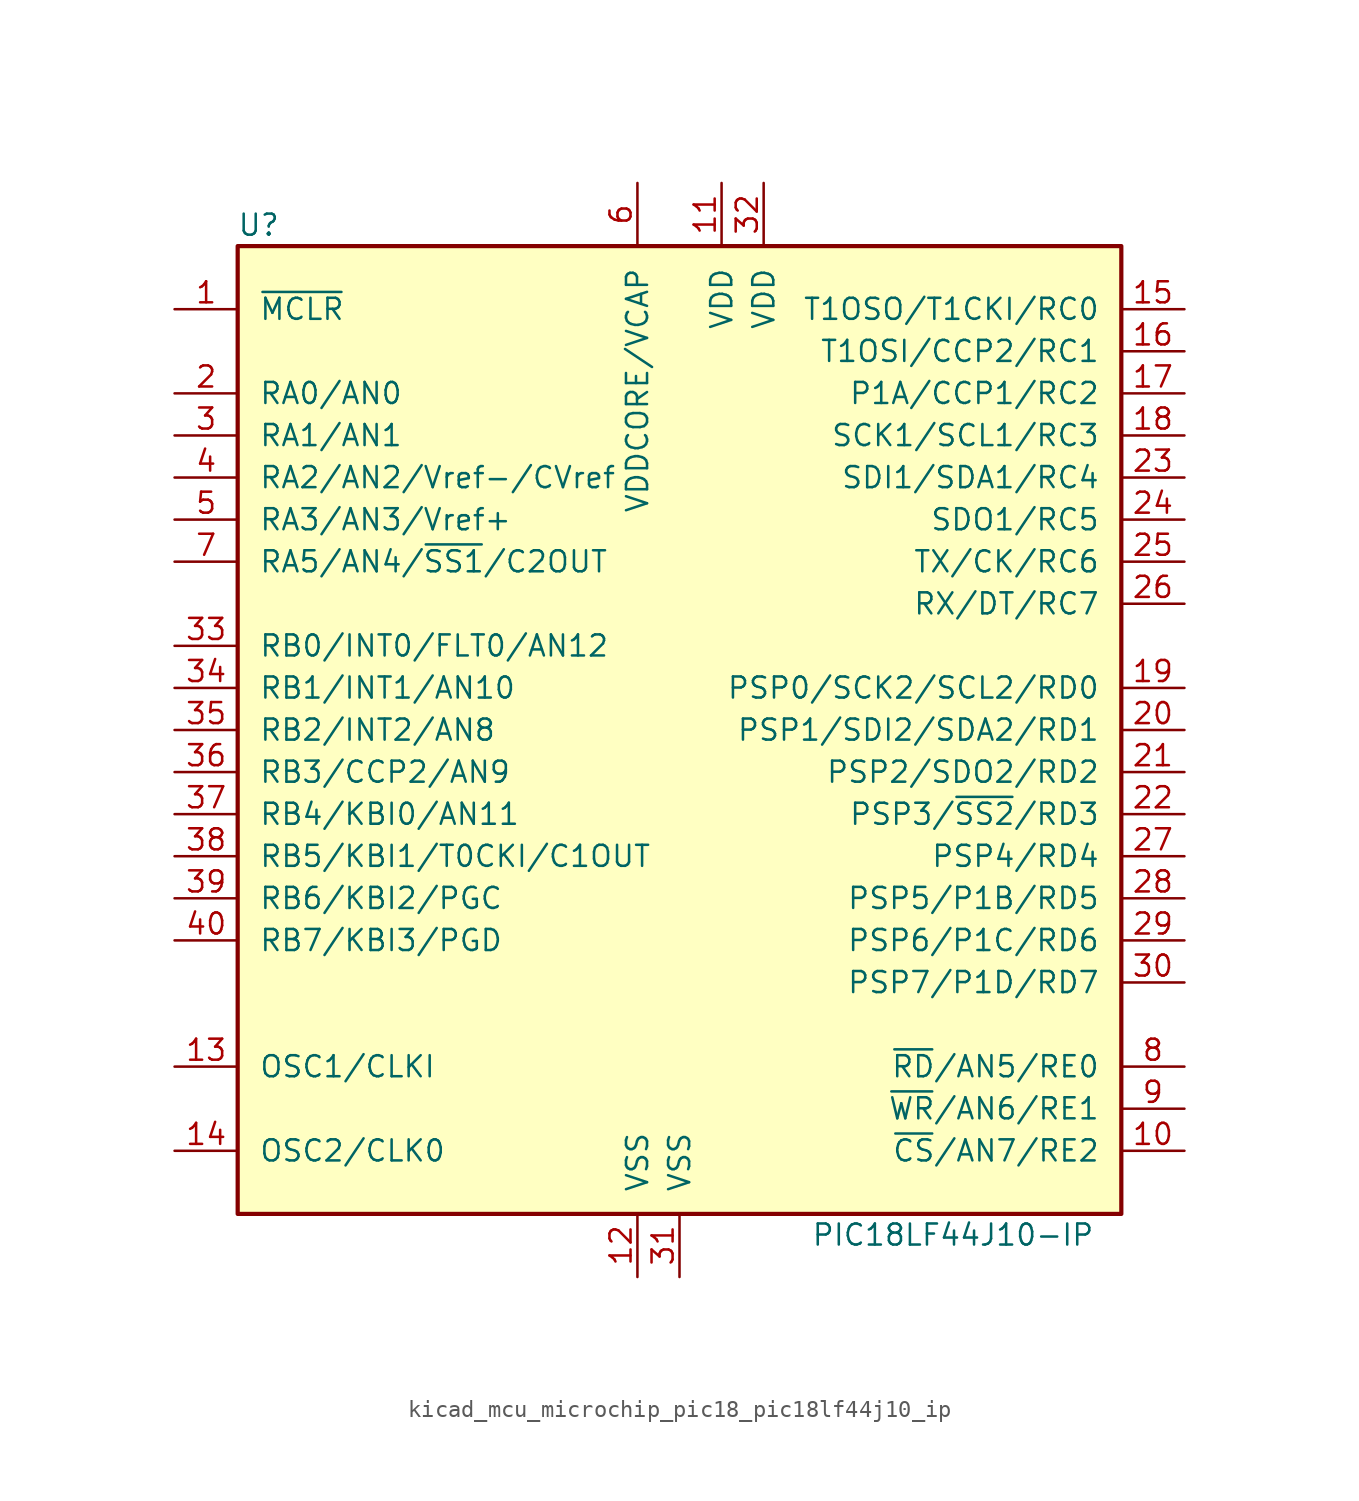
<source format=kicad_sym>
(kicad_symbol_lib
  (version 20220914)
  (generator kicad_symbol_editor)
  (symbol "kicad_mcu_microchip_pic18_pic18lf44j10_ip"
    (pin_names
      (offset 1.27))
    (property "Reference" "U"
      (at -25.4 30.48 0)
      (effects (font (size 1.27 1.27))))
    (property "Value" "PIC18LF44J10-IP"
      (at 16.51 -30.48 0)
      (effects (font (size 1.27 1.27))))
    (symbol "kicad_mcu_microchip_pic18_pic18lf44j10_ip_0_0"
      (rectangle (start -26.67 -29.21) (end 26.67 29.21) (stroke (width 0.254) (type default)) (fill (type background))))
    (symbol "kicad_mcu_microchip_pic18_pic18lf44j10_ip_1_1"
      (pin input line (at -30.48 25.4 0) (length 3.81) (name "~{MCLR}" (effects (font (size 1.27 1.27)))) (number "1" (effects (font (size 1.27 1.27)))))
      (pin tri_state line (at 30.48 -25.4 180) (length 3.81) (name "~{CS}/AN7/RE2" (effects (font (size 1.27 1.27)))) (number "10" (effects (font (size 1.27 1.27)))))
      (pin power_in line (at 2.54 33.02 270) (length 3.81) (name "VDD" (effects (font (size 1.27 1.27)))) (number "11" (effects (font (size 1.27 1.27)))))
      (pin power_in line (at -2.54 -33.02 90) (length 3.81) (name "VSS" (effects (font (size 1.27 1.27)))) (number "12" (effects (font (size 1.27 1.27)))))
      (pin input line (at -30.48 -20.32 0) (length 3.81) (name "OSC1/CLKI" (effects (font (size 1.27 1.27)))) (number "13" (effects (font (size 1.27 1.27)))))
      (pin output line (at -30.48 -25.4 0) (length 3.81) (name "OSC2/CLK0" (effects (font (size 1.27 1.27)))) (number "14" (effects (font (size 1.27 1.27)))))
      (pin tri_state line (at 30.48 25.4 180) (length 3.81) (name "T1OSO/T1CKI/RC0" (effects (font (size 1.27 1.27)))) (number "15" (effects (font (size 1.27 1.27)))))
      (pin tri_state line (at 30.48 22.86 180) (length 3.81) (name "T1OSI/CCP2/RC1" (effects (font (size 1.27 1.27)))) (number "16" (effects (font (size 1.27 1.27)))))
      (pin tri_state line (at 30.48 20.32 180) (length 3.81) (name "P1A/CCP1/RC2" (effects (font (size 1.27 1.27)))) (number "17" (effects (font (size 1.27 1.27)))))
      (pin tri_state line (at 30.48 17.78 180) (length 3.81) (name "SCK1/SCL1/RC3" (effects (font (size 1.27 1.27)))) (number "18" (effects (font (size 1.27 1.27)))))
      (pin tri_state line (at 30.48 2.54 180) (length 3.81) (name "PSP0/SCK2/SCL2/RD0" (effects (font (size 1.27 1.27)))) (number "19" (effects (font (size 1.27 1.27)))))
      (pin tri_state line (at -30.48 20.32 0) (length 3.81) (name "RA0/AN0" (effects (font (size 1.27 1.27)))) (number "2" (effects (font (size 1.27 1.27)))))
      (pin tri_state line (at 30.48 0 180) (length 3.81) (name "PSP1/SDI2/SDA2/RD1" (effects (font (size 1.27 1.27)))) (number "20" (effects (font (size 1.27 1.27)))))
      (pin tri_state line (at 30.48 -2.54 180) (length 3.81) (name "PSP2/SDO2/RD2" (effects (font (size 1.27 1.27)))) (number "21" (effects (font (size 1.27 1.27)))))
      (pin tri_state line (at 30.48 -5.08 180) (length 3.81) (name "PSP3/~{SS2}/RD3" (effects (font (size 1.27 1.27)))) (number "22" (effects (font (size 1.27 1.27)))))
      (pin tri_state line (at 30.48 15.24 180) (length 3.81) (name "SDI1/SDA1/RC4" (effects (font (size 1.27 1.27)))) (number "23" (effects (font (size 1.27 1.27)))))
      (pin tri_state line (at 30.48 12.7 180) (length 3.81) (name "SDO1/RC5" (effects (font (size 1.27 1.27)))) (number "24" (effects (font (size 1.27 1.27)))))
      (pin tri_state line (at 30.48 10.16 180) (length 3.81) (name "TX/CK/RC6" (effects (font (size 1.27 1.27)))) (number "25" (effects (font (size 1.27 1.27)))))
      (pin tri_state line (at 30.48 7.62 180) (length 3.81) (name "RX/DT/RC7" (effects (font (size 1.27 1.27)))) (number "26" (effects (font (size 1.27 1.27)))))
      (pin tri_state line (at 30.48 -7.62 180) (length 3.81) (name "PSP4/RD4" (effects (font (size 1.27 1.27)))) (number "27" (effects (font (size 1.27 1.27)))))
      (pin tri_state line (at 30.48 -10.16 180) (length 3.81) (name "PSP5/P1B/RD5" (effects (font (size 1.27 1.27)))) (number "28" (effects (font (size 1.27 1.27)))))
      (pin tri_state line (at 30.48 -12.7 180) (length 3.81) (name "PSP6/P1C/RD6" (effects (font (size 1.27 1.27)))) (number "29" (effects (font (size 1.27 1.27)))))
      (pin tri_state line (at -30.48 17.78 0) (length 3.81) (name "RA1/AN1" (effects (font (size 1.27 1.27)))) (number "3" (effects (font (size 1.27 1.27)))))
      (pin tri_state line (at 30.48 -15.24 180) (length 3.81) (name "PSP7/P1D/RD7" (effects (font (size 1.27 1.27)))) (number "30" (effects (font (size 1.27 1.27)))))
      (pin power_in line (at 0 -33.02 90) (length 3.81) (name "VSS" (effects (font (size 1.27 1.27)))) (number "31" (effects (font (size 1.27 1.27)))))
      (pin power_in line (at 5.08 33.02 270) (length 3.81) (name "VDD" (effects (font (size 1.27 1.27)))) (number "32" (effects (font (size 1.27 1.27)))))
      (pin tri_state line (at -30.48 5.08 0) (length 3.81) (name "RB0/INT0/FLT0/AN12" (effects (font (size 1.27 1.27)))) (number "33" (effects (font (size 1.27 1.27)))))
      (pin tri_state line (at -30.48 2.54 0) (length 3.81) (name "RB1/INT1/AN10" (effects (font (size 1.27 1.27)))) (number "34" (effects (font (size 1.27 1.27)))))
      (pin tri_state line (at -30.48 0 0) (length 3.81) (name "RB2/INT2/AN8" (effects (font (size 1.27 1.27)))) (number "35" (effects (font (size 1.27 1.27)))))
      (pin tri_state line (at -30.48 -2.54 0) (length 3.81) (name "RB3/CCP2/AN9" (effects (font (size 1.27 1.27)))) (number "36" (effects (font (size 1.27 1.27)))))
      (pin tri_state line (at -30.48 -5.08 0) (length 3.81) (name "RB4/KBI0/AN11" (effects (font (size 1.27 1.27)))) (number "37" (effects (font (size 1.27 1.27)))))
      (pin tri_state line (at -30.48 -7.62 0) (length 3.81) (name "RB5/KBI1/T0CKI/C1OUT" (effects (font (size 1.27 1.27)))) (number "38" (effects (font (size 1.27 1.27)))))
      (pin tri_state line (at -30.48 -10.16 0) (length 3.81) (name "RB6/KBI2/PGC" (effects (font (size 1.27 1.27)))) (number "39" (effects (font (size 1.27 1.27)))))
      (pin tri_state line (at -30.48 15.24 0) (length 3.81) (name "RA2/AN2/Vref-/CVref" (effects (font (size 1.27 1.27)))) (number "4" (effects (font (size 1.27 1.27)))))
      (pin tri_state line (at -30.48 -12.7 0) (length 3.81) (name "RB7/KBI3/PGD" (effects (font (size 1.27 1.27)))) (number "40" (effects (font (size 1.27 1.27)))))
      (pin tri_state line (at -30.48 12.7 0) (length 3.81) (name "RA3/AN3/Vref+" (effects (font (size 1.27 1.27)))) (number "5" (effects (font (size 1.27 1.27)))))
      (pin passive line (at -2.54 33.02 270) (length 3.81) (name "VDDCORE/VCAP" (effects (font (size 1.27 1.27)))) (number "6" (effects (font (size 1.27 1.27)))))
      (pin tri_state line (at -30.48 10.16 0) (length 3.81) (name "RA5/AN4/~{SS1}/C2OUT" (effects (font (size 1.27 1.27)))) (number "7" (effects (font (size 1.27 1.27)))))
      (pin tri_state line (at 30.48 -20.32 180) (length 3.81) (name "~{RD}/AN5/RE0" (effects (font (size 1.27 1.27)))) (number "8" (effects (font (size 1.27 1.27)))))
      (pin tri_state line (at 30.48 -22.86 180) (length 3.81) (name "~{WR}/AN6/RE1" (effects (font (size 1.27 1.27)))) (number "9" (effects (font (size 1.27 1.27))))))))
</source>
